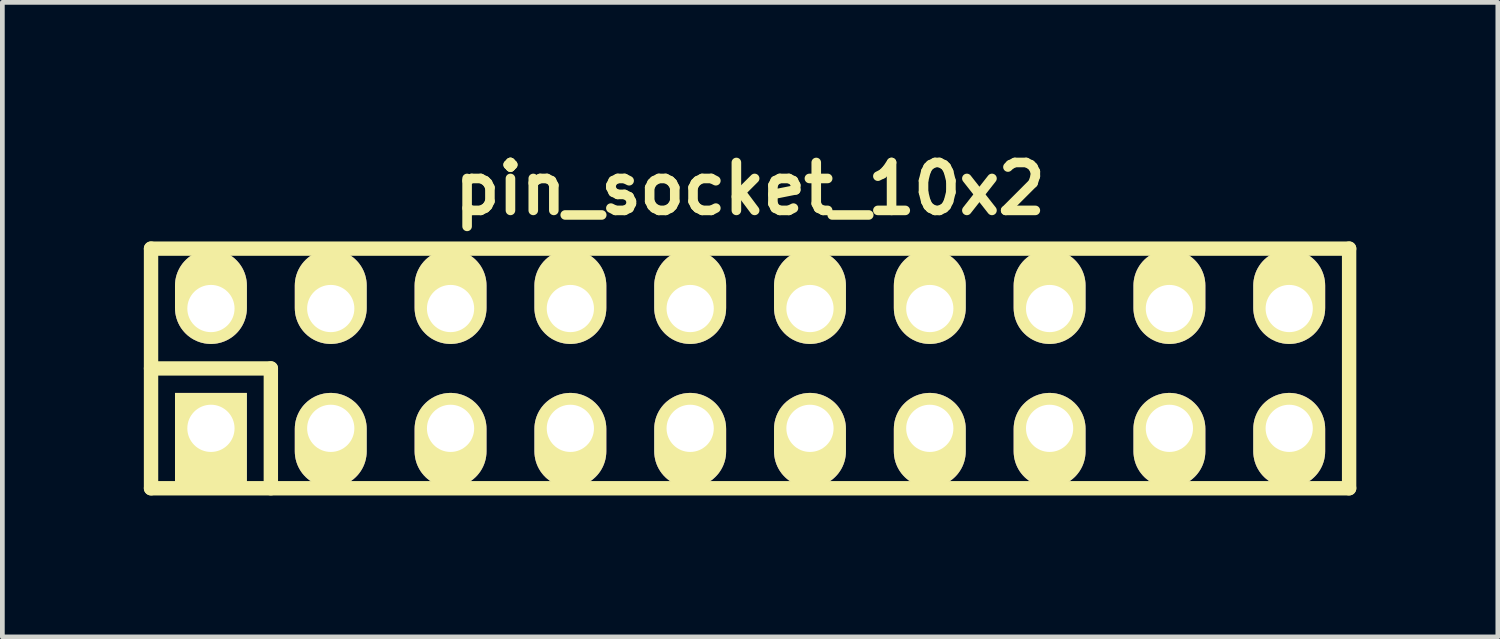
<source format=kicad_pcb>
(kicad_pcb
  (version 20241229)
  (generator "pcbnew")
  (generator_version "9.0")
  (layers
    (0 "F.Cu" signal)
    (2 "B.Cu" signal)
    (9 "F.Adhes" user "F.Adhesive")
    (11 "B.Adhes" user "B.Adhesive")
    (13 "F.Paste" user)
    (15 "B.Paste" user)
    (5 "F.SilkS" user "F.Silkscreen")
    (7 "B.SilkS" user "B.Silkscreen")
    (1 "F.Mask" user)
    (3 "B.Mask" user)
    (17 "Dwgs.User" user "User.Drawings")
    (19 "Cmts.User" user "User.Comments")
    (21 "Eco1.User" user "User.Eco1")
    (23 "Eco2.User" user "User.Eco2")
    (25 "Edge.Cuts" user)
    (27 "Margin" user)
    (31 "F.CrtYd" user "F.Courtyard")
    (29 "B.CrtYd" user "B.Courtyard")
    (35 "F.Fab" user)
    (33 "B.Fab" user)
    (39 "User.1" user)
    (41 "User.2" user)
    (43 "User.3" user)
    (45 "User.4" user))
  (footprint "pin_socket_10x2"
    (layer "F.Cu")
    (at 12.852 4.761)
    (property "Reference" "pin_socket_10x2" (at 0 -3.81 0) (layer "F.SilkS") (effects (font (size 1.016 1.016) (thickness 0.203))))
    (attr through_hole)
    (fp_line (start -12.7 -2.54) (end -12.7 2.54) (stroke (width 0.305) (type solid)) (layer "F.SilkS"))
    (fp_line (start -12.7 0) (end -10.16 0) (stroke (width 0.305) (type solid)) (layer "F.SilkS"))
    (fp_line (start -12.7 2.54) (end 12.7 2.54) (stroke (width 0.305) (type solid)) (layer "F.SilkS"))
    (fp_line (start -10.16 0) (end -10.16 2.54) (stroke (width 0.305) (type solid)) (layer "F.SilkS"))
    (fp_line (start 12.7 -2.54) (end -12.7 -2.54) (stroke (width 0.305) (type solid)) (layer "F.SilkS"))
    (fp_line (start 12.7 2.54) (end 12.7 -2.54) (stroke (width 0.305) (type solid)) (layer "F.SilkS"))
    (pad "1" thru_hole rect (at -11.43 1.27) (size 1.524 1.999) (drill 1.001 (offset 0 0.249)) (layers "*.Cu" "*.Mask" "F.SilkS"))
    (pad "2" thru_hole oval (at -11.43 -1.27) (size 1.524 1.999) (drill 1.001 (offset 0 -0.249)) (layers "*.Cu" "*.Mask" "F.SilkS"))
    (pad "3" thru_hole oval (at -8.89 1.27) (size 1.524 1.999) (drill 1.001 (offset 0 0.249)) (layers "*.Cu" "*.Mask" "F.SilkS"))
    (pad "4" thru_hole oval (at -8.89 -1.27) (size 1.524 1.999) (drill 1.001 (offset 0 -0.249)) (layers "*.Cu" "*.Mask" "F.SilkS"))
    (pad "5" thru_hole oval (at -6.35 1.27) (size 1.524 1.999) (drill 1.001 (offset 0 0.249)) (layers "*.Cu" "*.Mask" "F.SilkS"))
    (pad "6" thru_hole oval (at -6.35 -1.27) (size 1.524 1.999) (drill 1.001 (offset 0 -0.249)) (layers "*.Cu" "*.Mask" "F.SilkS"))
    (pad "7" thru_hole oval (at -3.81 1.27) (size 1.524 1.999) (drill 1.001 (offset 0 0.249)) (layers "*.Cu" "*.Mask" "F.SilkS"))
    (pad "8" thru_hole oval (at -3.81 -1.27) (size 1.524 1.999) (drill 1.001 (offset 0 -0.249)) (layers "*.Cu" "*.Mask" "F.SilkS"))
    (pad "9" thru_hole oval (at -1.27 1.27) (size 1.524 1.999) (drill 1.001 (offset 0 0.249)) (layers "*.Cu" "*.Mask" "F.SilkS"))
    (pad "10" thru_hole oval (at -1.27 -1.27) (size 1.524 1.999) (drill 1.001 (offset 0 -0.249)) (layers "*.Cu" "*.Mask" "F.SilkS"))
    (pad "11" thru_hole oval (at 1.27 1.27) (size 1.524 1.999) (drill 1.001 (offset 0 0.249)) (layers "*.Cu" "*.Mask" "F.SilkS"))
    (pad "12" thru_hole oval (at 1.27 -1.27) (size 1.524 1.999) (drill 1.001 (offset 0 -0.249)) (layers "*.Cu" "*.Mask" "F.SilkS"))
    (pad "13" thru_hole oval (at 3.81 1.27) (size 1.524 1.999) (drill 1.001 (offset 0 0.249)) (layers "*.Cu" "*.Mask" "F.SilkS"))
    (pad "14" thru_hole oval (at 3.81 -1.27) (size 1.524 1.999) (drill 1.001 (offset 0 -0.249)) (layers "*.Cu" "*.Mask" "F.SilkS"))
    (pad "15" thru_hole oval (at 6.35 1.27) (size 1.524 1.999) (drill 1.001 (offset 0 0.249)) (layers "*.Cu" "*.Mask" "F.SilkS"))
    (pad "16" thru_hole oval (at 6.35 -1.27) (size 1.524 1.999) (drill 1.001 (offset 0 -0.249)) (layers "*.Cu" "*.Mask" "F.SilkS"))
    (pad "17" thru_hole oval (at 8.89 1.27) (size 1.524 1.999) (drill 1.001 (offset 0 0.249)) (layers "*.Cu" "*.Mask" "F.SilkS"))
    (pad "18" thru_hole oval (at 8.89 -1.27) (size 1.524 1.999) (drill 1.001 (offset 0 -0.249)) (layers "*.Cu" "*.Mask" "F.SilkS"))
    (pad "19" thru_hole oval (at 11.43 1.27) (size 1.524 1.999) (drill 1.001 (offset 0 0.249)) (layers "*.Cu" "*.Mask" "F.SilkS"))
    (pad "20" thru_hole oval (at 11.43 -1.27) (size 1.524 1.999) (drill 1.001 (offset 0 -0.249)) (layers "*.Cu" "*.Mask" "F.SilkS")))
  (gr_rect
    (start -3 -3)
    (end 28.705 10.453)
    (stroke (width 0.1) (type default))
    (fill no)
    (layer "Edge.Cuts")))
</source>
